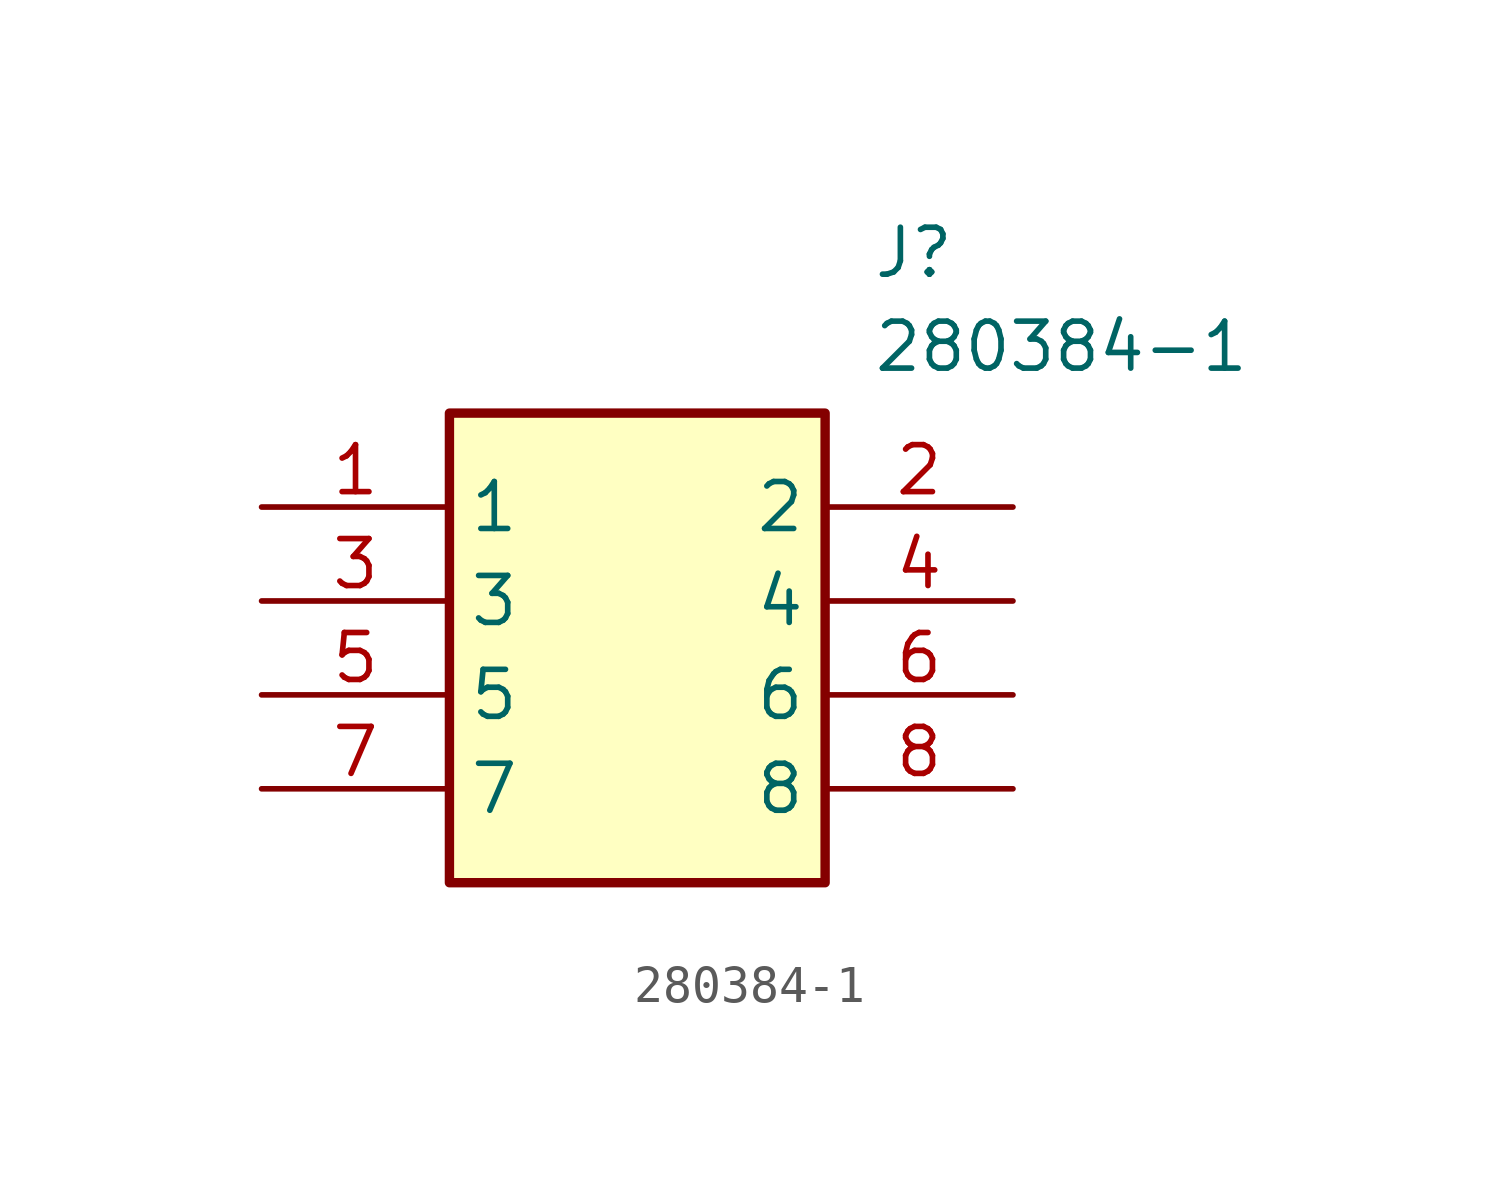
<source format=kicad_sym>
(kicad_symbol_lib
  (version 20211014)
  (generator SamacSys_ECAD_Model)
  (symbol "280384-1"
    (property "Reference" "J"
      (at 16.51 7.62 0)
      (effects (font (size 1.27 1.27)) (justify left top)))
    (property "Value" "280384-1"
      (at 16.51 5.08 0)
      (effects (font (size 1.27 1.27)) (justify left top)))
    (rectangle
      (start 5.08 2.54)
      (end 15.24 -10.16)
      (stroke (width 0.254) (type default))
      (fill (type background)))
    (pin passive line
      (at 0 0 0)
      (length 5.08)
      (name "1" (effects (font (size 1.27 1.27))))
      (number "1" (effects (font (size 1.27 1.27)))))
    (pin passive line
      (at 20.32 0 180)
      (length 5.08)
      (name "2" (effects (font (size 1.27 1.27))))
      (number "2" (effects (font (size 1.27 1.27)))))
    (pin passive line
      (at 0 -2.54 0)
      (length 5.08)
      (name "3" (effects (font (size 1.27 1.27))))
      (number "3" (effects (font (size 1.27 1.27)))))
    (pin passive line
      (at 20.32 -2.54 180)
      (length 5.08)
      (name "4" (effects (font (size 1.27 1.27))))
      (number "4" (effects (font (size 1.27 1.27)))))
    (pin passive line
      (at 0 -5.08 0)
      (length 5.08)
      (name "5" (effects (font (size 1.27 1.27))))
      (number "5" (effects (font (size 1.27 1.27)))))
    (pin passive line
      (at 20.32 -5.08 180)
      (length 5.08)
      (name "6" (effects (font (size 1.27 1.27))))
      (number "6" (effects (font (size 1.27 1.27)))))
    (pin passive line
      (at 0 -7.62 0)
      (length 5.08)
      (name "7" (effects (font (size 1.27 1.27))))
      (number "7" (effects (font (size 1.27 1.27)))))
    (pin passive line
      (at 20.32 -7.62 180)
      (length 5.08)
      (name "8" (effects (font (size 1.27 1.27))))
      (number "8" (effects (font (size 1.27 1.27)))))))
</source>
